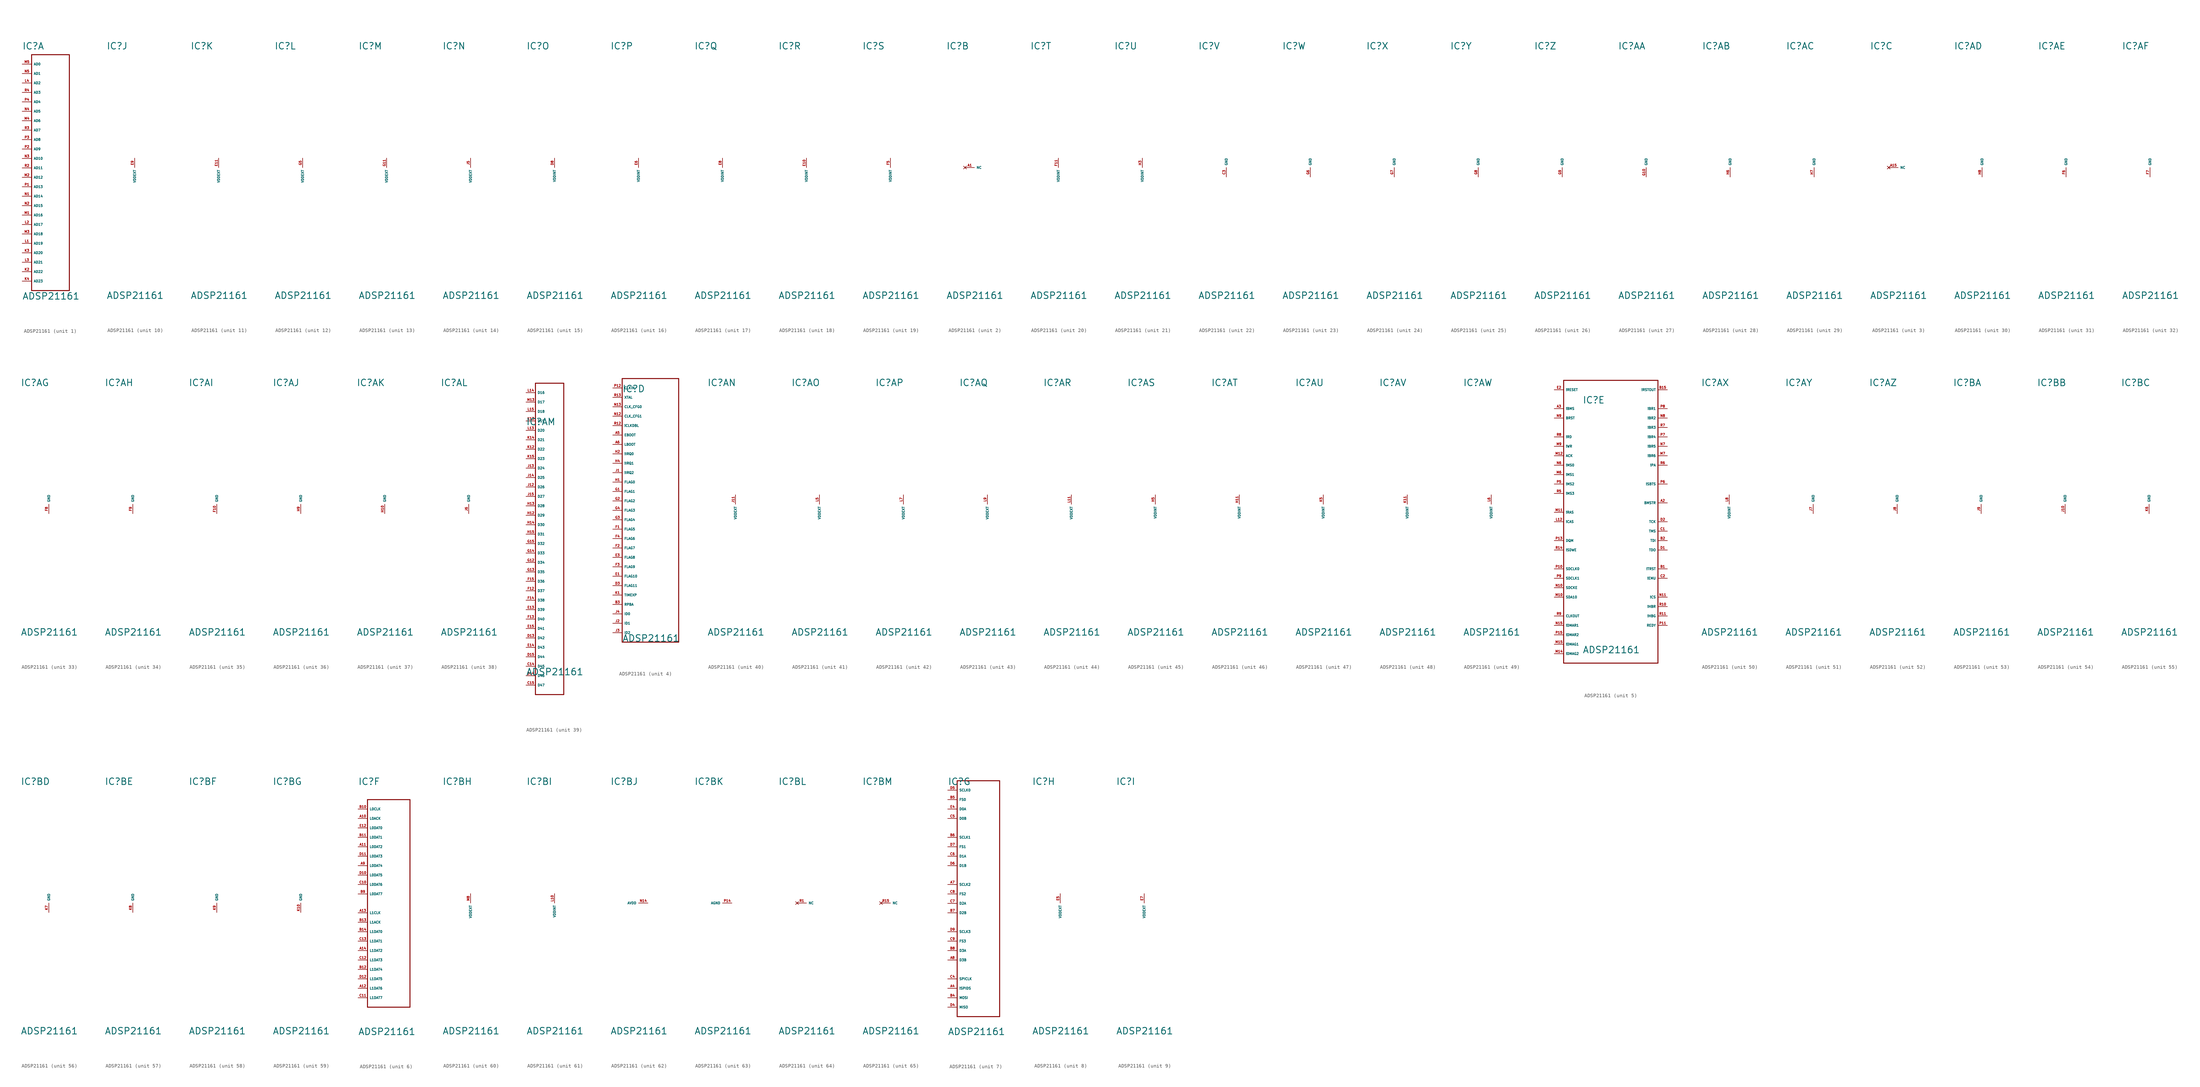
<source format=kicad_sym>
(kicad_symbol_lib
  (version 20220914)
  (generator Eagle2Kicad)
  (symbol "ADSP21161"
    (property "Reference" "IC"
      (at -7.62 31.75 0)
      (effects (font (size 1.778 1.778) (thickness 0.22)) (justify left bottom)))
    (property "Value" "ADSP21161"
      (at -7.62 -35.56 0)
      (effects (font (size 1.778 1.778) (thickness 0.22)) (justify left bottom)))
    (symbol "ADSP21161_1_0"
      (polyline (pts (xy -5.08 30.48) (xy -5.08 -33.02)) (stroke (width 0.254) (type default)) (fill (type none)))
      (polyline (pts (xy -5.08 -33.02) (xy 5.08 -33.02)) (stroke (width 0.254) (type default)) (fill (type none)))
      (polyline (pts (xy 5.08 -33.02) (xy 5.08 30.48)) (stroke (width 0.254) (type default)) (fill (type none)))
      (polyline (pts (xy 5.08 30.48) (xy -5.08 30.48)) (stroke (width 0.254) (type default)) (fill (type none)))
      (pin tri_state line (at -7.62 27.94 0) (length 2.54) (name "AD0" (effects (font (size 0.635 0.635) (thickness 0.08)) (justify left bottom))) (number "M5" (effects (font (size 0.635 0.635) (thickness 0.08)) (justify left bottom))))
      (pin tri_state line (at -7.62 25.4 0) (length 2.54) (name "AD1" (effects (font (size 0.635 0.635) (thickness 0.08)) (justify left bottom))) (number "N5" (effects (font (size 0.635 0.635) (thickness 0.08)) (justify left bottom))))
      (pin tri_state line (at -7.62 22.86 0) (length 2.54) (name "AD2" (effects (font (size 0.635 0.635) (thickness 0.08)) (justify left bottom))) (number "L4" (effects (font (size 0.635 0.635) (thickness 0.08)) (justify left bottom))))
      (pin tri_state line (at -7.62 20.32 0) (length 2.54) (name "AD3" (effects (font (size 0.635 0.635) (thickness 0.08)) (justify left bottom))) (number "R4" (effects (font (size 0.635 0.635) (thickness 0.08)) (justify left bottom))))
      (pin tri_state line (at -7.62 17.78 0) (length 2.54) (name "AD4" (effects (font (size 0.635 0.635) (thickness 0.08)) (justify left bottom))) (number "P4" (effects (font (size 0.635 0.635) (thickness 0.08)) (justify left bottom))))
      (pin tri_state line (at -7.62 15.24 0) (length 2.54) (name "AD5" (effects (font (size 0.635 0.635) (thickness 0.08)) (justify left bottom))) (number "N4" (effects (font (size 0.635 0.635) (thickness 0.08)) (justify left bottom))))
      (pin tri_state line (at -7.62 12.7 0) (length 2.54) (name "AD6" (effects (font (size 0.635 0.635) (thickness 0.08)) (justify left bottom))) (number "M4" (effects (font (size 0.635 0.635) (thickness 0.08)) (justify left bottom))))
      (pin tri_state line (at -7.62 10.16 0) (length 2.54) (name "AD7" (effects (font (size 0.635 0.635) (thickness 0.08)) (justify left bottom))) (number "R3" (effects (font (size 0.635 0.635) (thickness 0.08)) (justify left bottom))))
      (pin tri_state line (at -7.62 7.62 0) (length 2.54) (name "AD8" (effects (font (size 0.635 0.635) (thickness 0.08)) (justify left bottom))) (number "P3" (effects (font (size 0.635 0.635) (thickness 0.08)) (justify left bottom))))
      (pin tri_state line (at -7.62 5.08 0) (length 2.54) (name "AD9" (effects (font (size 0.635 0.635) (thickness 0.08)) (justify left bottom))) (number "P2" (effects (font (size 0.635 0.635) (thickness 0.08)) (justify left bottom))))
      (pin tri_state line (at -7.62 2.54 0) (length 2.54) (name "AD10" (effects (font (size 0.635 0.635) (thickness 0.08)) (justify left bottom))) (number "N3" (effects (font (size 0.635 0.635) (thickness 0.08)) (justify left bottom))))
      (pin tri_state line (at -7.62 0 0) (length 2.54) (name "AD11" (effects (font (size 0.635 0.635) (thickness 0.08)) (justify left bottom))) (number "R2" (effects (font (size 0.635 0.635) (thickness 0.08)) (justify left bottom))))
      (pin tri_state line (at -7.62 -2.54 0) (length 2.54) (name "AD12" (effects (font (size 0.635 0.635) (thickness 0.08)) (justify left bottom))) (number "M2" (effects (font (size 0.635 0.635) (thickness 0.08)) (justify left bottom))))
      (pin tri_state line (at -7.62 -5.08 0) (length 2.54) (name "AD13" (effects (font (size 0.635 0.635) (thickness 0.08)) (justify left bottom))) (number "P1" (effects (font (size 0.635 0.635) (thickness 0.08)) (justify left bottom))))
      (pin tri_state line (at -7.62 -7.62 0) (length 2.54) (name "AD14" (effects (font (size 0.635 0.635) (thickness 0.08)) (justify left bottom))) (number "N1" (effects (font (size 0.635 0.635) (thickness 0.08)) (justify left bottom))))
      (pin tri_state line (at -7.62 -10.16 0) (length 2.54) (name "AD15" (effects (font (size 0.635 0.635) (thickness 0.08)) (justify left bottom))) (number "N2" (effects (font (size 0.635 0.635) (thickness 0.08)) (justify left bottom))))
      (pin tri_state line (at -7.62 -12.7 0) (length 2.54) (name "AD16" (effects (font (size 0.635 0.635) (thickness 0.08)) (justify left bottom))) (number "M1" (effects (font (size 0.635 0.635) (thickness 0.08)) (justify left bottom))))
      (pin tri_state line (at -7.62 -15.24 0) (length 2.54) (name "AD17" (effects (font (size 0.635 0.635) (thickness 0.08)) (justify left bottom))) (number "L2" (effects (font (size 0.635 0.635) (thickness 0.08)) (justify left bottom))))
      (pin tri_state line (at -7.62 -17.78 0) (length 2.54) (name "AD18" (effects (font (size 0.635 0.635) (thickness 0.08)) (justify left bottom))) (number "M3" (effects (font (size 0.635 0.635) (thickness 0.08)) (justify left bottom))))
      (pin tri_state line (at -7.62 -20.32 0) (length 2.54) (name "AD19" (effects (font (size 0.635 0.635) (thickness 0.08)) (justify left bottom))) (number "L1" (effects (font (size 0.635 0.635) (thickness 0.08)) (justify left bottom))))
      (pin tri_state line (at -7.62 -22.86 0) (length 2.54) (name "AD20" (effects (font (size 0.635 0.635) (thickness 0.08)) (justify left bottom))) (number "K3" (effects (font (size 0.635 0.635) (thickness 0.08)) (justify left bottom))))
      (pin tri_state line (at -7.62 -25.4 0) (length 2.54) (name "AD21" (effects (font (size 0.635 0.635) (thickness 0.08)) (justify left bottom))) (number "L3" (effects (font (size 0.635 0.635) (thickness 0.08)) (justify left bottom))))
      (pin tri_state line (at -7.62 -27.94 0) (length 2.54) (name "AD22" (effects (font (size 0.635 0.635) (thickness 0.08)) (justify left bottom))) (number "K2" (effects (font (size 0.635 0.635) (thickness 0.08)) (justify left bottom))))
      (pin tri_state line (at -7.62 -30.48 0) (length 2.54) (name "AD23" (effects (font (size 0.635 0.635) (thickness 0.08)) (justify left bottom))) (number "K4" (effects (font (size 0.635 0.635) (thickness 0.08)) (justify left bottom)))))
    (symbol "ADSP21161_2_0"
      (pin no_connect line (at -2.54 0 0) (length 2.54) (name "NC" (effects (font (size 0.635 0.635) (thickness 0.08)) (justify left bottom) hide)) (number "A1" (effects (font (size 0.635 0.635) (thickness 0.08)) (justify left bottom) hide))))
    (symbol "ADSP21161_3_0"
      (pin no_connect line (at -2.54 0 0) (length 2.54) (name "NC" (effects (font (size 0.635 0.635) (thickness 0.08)) (justify left bottom) hide)) (number "A15" (effects (font (size 0.635 0.635) (thickness 0.08)) (justify left bottom) hide))))
    (symbol "ADSP21161_4_0"
      (polyline (pts (xy -7.62 35.56) (xy -7.62 -35.56)) (stroke (width 0.254) (type default)) (fill (type none)))
      (polyline (pts (xy -7.62 -35.56) (xy 7.62 -35.56)) (stroke (width 0.254) (type default)) (fill (type none)))
      (polyline (pts (xy 7.62 -35.56) (xy 7.62 35.56)) (stroke (width 0.254) (type default)) (fill (type none)))
      (polyline (pts (xy 7.62 35.56) (xy -7.62 35.56)) (stroke (width 0.254) (type default)) (fill (type none)))
      (pin input line (at -10.16 15.24 0) (length 2.54) (name "!IRQ0" (effects (font (size 0.635 0.635) (thickness 0.08)) (justify left bottom))) (number "H2" (effects (font (size 0.635 0.635) (thickness 0.08)) (justify left bottom))))
      (pin input line (at -10.16 12.7 0) (length 2.54) (name "!IRQ1" (effects (font (size 0.635 0.635) (thickness 0.08)) (justify left bottom))) (number "H4" (effects (font (size 0.635 0.635) (thickness 0.08)) (justify left bottom))))
      (pin input line (at -10.16 10.16 0) (length 2.54) (name "!IRQ2" (effects (font (size 0.635 0.635) (thickness 0.08)) (justify left bottom))) (number "J1" (effects (font (size 0.635 0.635) (thickness 0.08)) (justify left bottom))))
      (pin bidirectional line (at -10.16 7.62 0) (length 2.54) (name "FLAG0" (effects (font (size 0.635 0.635) (thickness 0.08)) (justify left bottom))) (number "H1" (effects (font (size 0.635 0.635) (thickness 0.08)) (justify left bottom))))
      (pin bidirectional line (at -10.16 5.08 0) (length 2.54) (name "FLAG1" (effects (font (size 0.635 0.635) (thickness 0.08)) (justify left bottom))) (number "G1" (effects (font (size 0.635 0.635) (thickness 0.08)) (justify left bottom))))
      (pin bidirectional line (at -10.16 2.54 0) (length 2.54) (name "FLAG2" (effects (font (size 0.635 0.635) (thickness 0.08)) (justify left bottom))) (number "G2" (effects (font (size 0.635 0.635) (thickness 0.08)) (justify left bottom))))
      (pin bidirectional line (at -10.16 0 0) (length 2.54) (name "FLAG3" (effects (font (size 0.635 0.635) (thickness 0.08)) (justify left bottom))) (number "G4" (effects (font (size 0.635 0.635) (thickness 0.08)) (justify left bottom))))
      (pin bidirectional line (at -10.16 -2.54 0) (length 2.54) (name "FLAG4" (effects (font (size 0.635 0.635) (thickness 0.08)) (justify left bottom))) (number "G3" (effects (font (size 0.635 0.635) (thickness 0.08)) (justify left bottom))))
      (pin bidirectional line (at -10.16 -5.08 0) (length 2.54) (name "FLAG5" (effects (font (size 0.635 0.635) (thickness 0.08)) (justify left bottom))) (number "F1" (effects (font (size 0.635 0.635) (thickness 0.08)) (justify left bottom))))
      (pin bidirectional line (at -10.16 -7.62 0) (length 2.54) (name "FLAG6" (effects (font (size 0.635 0.635) (thickness 0.08)) (justify left bottom))) (number "F4" (effects (font (size 0.635 0.635) (thickness 0.08)) (justify left bottom))))
      (pin bidirectional line (at -10.16 -10.16 0) (length 2.54) (name "FLAG7" (effects (font (size 0.635 0.635) (thickness 0.08)) (justify left bottom))) (number "F2" (effects (font (size 0.635 0.635) (thickness 0.08)) (justify left bottom))))
      (pin bidirectional line (at -10.16 -12.7 0) (length 2.54) (name "FLAG8" (effects (font (size 0.635 0.635) (thickness 0.08)) (justify left bottom))) (number "E3" (effects (font (size 0.635 0.635) (thickness 0.08)) (justify left bottom))))
      (pin bidirectional line (at -10.16 -15.24 0) (length 2.54) (name "FLAG9" (effects (font (size 0.635 0.635) (thickness 0.08)) (justify left bottom))) (number "F3" (effects (font (size 0.635 0.635) (thickness 0.08)) (justify left bottom))))
      (pin bidirectional line (at -10.16 -17.78 0) (length 2.54) (name "FLAG10" (effects (font (size 0.635 0.635) (thickness 0.08)) (justify left bottom))) (number "E1" (effects (font (size 0.635 0.635) (thickness 0.08)) (justify left bottom))))
      (pin bidirectional line (at -10.16 -20.32 0) (length 2.54) (name "FLAG11" (effects (font (size 0.635 0.635) (thickness 0.08)) (justify left bottom))) (number "D3" (effects (font (size 0.635 0.635) (thickness 0.08)) (justify left bottom))))
      (pin output line (at -10.16 -22.86 0) (length 2.54) (name "TIMEXP" (effects (font (size 0.635 0.635) (thickness 0.08)) (justify left bottom))) (number "K1" (effects (font (size 0.635 0.635) (thickness 0.08)) (justify left bottom))))
      (pin input line (at -10.16 -27.94 0) (length 2.54) (name "ID0" (effects (font (size 0.635 0.635) (thickness 0.08)) (justify left bottom))) (number "J4" (effects (font (size 0.635 0.635) (thickness 0.08)) (justify left bottom))))
      (pin input line (at -10.16 -30.48 0) (length 2.54) (name "ID1" (effects (font (size 0.635 0.635) (thickness 0.08)) (justify left bottom))) (number "J2" (effects (font (size 0.635 0.635) (thickness 0.08)) (justify left bottom))))
      (pin input line (at -10.16 -33.02 0) (length 2.54) (name "ID2" (effects (font (size 0.635 0.635) (thickness 0.08)) (justify left bottom))) (number "J3" (effects (font (size 0.635 0.635) (thickness 0.08)) (justify left bottom))))
      (pin input line (at -10.16 -25.4 0) (length 2.54) (name "RPBA" (effects (font (size 0.635 0.635) (thickness 0.08)) (justify left bottom))) (number "B3" (effects (font (size 0.635 0.635) (thickness 0.08)) (justify left bottom))))
      (pin input line (at -10.16 20.32 0) (length 2.54) (name "EBOOT" (effects (font (size 0.635 0.635) (thickness 0.08)) (justify left bottom))) (number "A5" (effects (font (size 0.635 0.635) (thickness 0.08)) (justify left bottom))))
      (pin input line (at -10.16 17.78 0) (length 2.54) (name "LBOOT" (effects (font (size 0.635 0.635) (thickness 0.08)) (justify left bottom))) (number "A6" (effects (font (size 0.635 0.635) (thickness 0.08)) (justify left bottom))))
      (pin input line (at -10.16 33.02 0) (length 2.54) (name "CLKIN" (effects (font (size 0.635 0.635) (thickness 0.08)) (justify left bottom))) (number "P12" (effects (font (size 0.635 0.635) (thickness 0.08)) (justify left bottom))))
      (pin output line (at -10.16 30.48 0) (length 2.54) (name "XTAL" (effects (font (size 0.635 0.635) (thickness 0.08)) (justify left bottom))) (number "R13" (effects (font (size 0.635 0.635) (thickness 0.08)) (justify left bottom))))
      (pin input line (at -10.16 27.94 0) (length 2.54) (name "CLK_CFG0" (effects (font (size 0.635 0.635) (thickness 0.08)) (justify left bottom))) (number "N13" (effects (font (size 0.635 0.635) (thickness 0.08)) (justify left bottom))))
      (pin input line (at -10.16 25.4 0) (length 2.54) (name "CLK_CFG1" (effects (font (size 0.635 0.635) (thickness 0.08)) (justify left bottom))) (number "N12" (effects (font (size 0.635 0.635) (thickness 0.08)) (justify left bottom))))
      (pin input line (at -10.16 22.86 0) (length 2.54) (name "!CLKDBL" (effects (font (size 0.635 0.635) (thickness 0.08)) (justify left bottom))) (number "R12" (effects (font (size 0.635 0.635) (thickness 0.08)) (justify left bottom)))))
    (symbol "ADSP21161_5_0"
      (polyline (pts (xy -12.7 38.1) (xy -12.7 -38.1)) (stroke (width 0.254) (type default)) (fill (type none)))
      (polyline (pts (xy -12.7 -38.1) (xy 12.7 -38.1)) (stroke (width 0.254) (type default)) (fill (type none)))
      (polyline (pts (xy 12.7 -38.1) (xy 12.7 38.1)) (stroke (width 0.254) (type default)) (fill (type none)))
      (polyline (pts (xy 12.7 38.1) (xy -12.7 38.1)) (stroke (width 0.254) (type default)) (fill (type none)))
      (pin tri_state line (at -15.24 15.24 0) (length 2.54) (name "!MS0" (effects (font (size 0.635 0.635) (thickness 0.08)) (justify left bottom))) (number "N6" (effects (font (size 0.635 0.635) (thickness 0.08)) (justify left bottom))))
      (pin tri_state line (at -15.24 12.7 0) (length 2.54) (name "!MS1" (effects (font (size 0.635 0.635) (thickness 0.08)) (justify left bottom))) (number "M6" (effects (font (size 0.635 0.635) (thickness 0.08)) (justify left bottom))))
      (pin tri_state line (at -15.24 10.16 0) (length 2.54) (name "!MS2" (effects (font (size 0.635 0.635) (thickness 0.08)) (justify left bottom))) (number "P5" (effects (font (size 0.635 0.635) (thickness 0.08)) (justify left bottom))))
      (pin tri_state line (at -15.24 22.86 0) (length 2.54) (name "!RD" (effects (font (size 0.635 0.635) (thickness 0.08)) (justify left bottom))) (number "R8" (effects (font (size 0.635 0.635) (thickness 0.08)) (justify left bottom))))
      (pin tri_state line (at -15.24 20.32 0) (length 2.54) (name "!WR" (effects (font (size 0.635 0.635) (thickness 0.08)) (justify left bottom))) (number "M9" (effects (font (size 0.635 0.635) (thickness 0.08)) (justify left bottom))))
      (pin tri_state line (at -15.24 27.94 0) (length 2.54) (name "BRST" (effects (font (size 0.635 0.635) (thickness 0.08)) (justify left bottom))) (number "N9" (effects (font (size 0.635 0.635) (thickness 0.08)) (justify left bottom))))
      (pin bidirectional line (at -15.24 17.78 0) (length 2.54) (name "ACK" (effects (font (size 0.635 0.635) (thickness 0.08)) (justify left bottom))) (number "M12" (effects (font (size 0.635 0.635) (thickness 0.08)) (justify left bottom))))
      (pin input line (at 15.24 10.16 180) (length 2.54) (name "!SBTS" (effects (font (size 0.635 0.635) (thickness 0.08)) (justify left bottom))) (number "P6" (effects (font (size 0.635 0.635) (thickness 0.08)) (justify left bottom))))
      (pin bidirectional line (at -15.24 0 0) (length 2.54) (name "!CAS" (effects (font (size 0.635 0.635) (thickness 0.08)) (justify left bottom))) (number "L12" (effects (font (size 0.635 0.635) (thickness 0.08)) (justify left bottom))))
      (pin bidirectional line (at -15.24 2.54 0) (length 2.54) (name "!RAS" (effects (font (size 0.635 0.635) (thickness 0.08)) (justify left bottom))) (number "M11" (effects (font (size 0.635 0.635) (thickness 0.08)) (justify left bottom))))
      (pin bidirectional line (at -15.24 -7.62 0) (length 2.54) (name "!SDWE" (effects (font (size 0.635 0.635) (thickness 0.08)) (justify left bottom))) (number "R14" (effects (font (size 0.635 0.635) (thickness 0.08)) (justify left bottom))))
      (pin output line (at -15.24 -5.08 0) (length 2.54) (name "DQM" (effects (font (size 0.635 0.635) (thickness 0.08)) (justify left bottom))) (number "P13" (effects (font (size 0.635 0.635) (thickness 0.08)) (justify left bottom))))
      (pin bidirectional line (at -15.24 -12.7 0) (length 2.54) (name "SDCLK0" (effects (font (size 0.635 0.635) (thickness 0.08)) (justify left bottom))) (number "P10" (effects (font (size 0.635 0.635) (thickness 0.08)) (justify left bottom))))
      (pin output line (at -15.24 -15.24 0) (length 2.54) (name "SDCLK1" (effects (font (size 0.635 0.635) (thickness 0.08)) (justify left bottom))) (number "P9" (effects (font (size 0.635 0.635) (thickness 0.08)) (justify left bottom))))
      (pin bidirectional line (at -15.24 -17.78 0) (length 2.54) (name "SDCKE" (effects (font (size 0.635 0.635) (thickness 0.08)) (justify left bottom))) (number "N10" (effects (font (size 0.635 0.635) (thickness 0.08)) (justify left bottom))))
      (pin output line (at -15.24 -20.32 0) (length 2.54) (name "SDA10" (effects (font (size 0.635 0.635) (thickness 0.08)) (justify left bottom))) (number "M10" (effects (font (size 0.635 0.635) (thickness 0.08)) (justify left bottom))))
      (pin input line (at 15.24 -22.86 180) (length 2.54) (name "!HBR" (effects (font (size 0.635 0.635) (thickness 0.08)) (justify left bottom))) (number "R10" (effects (font (size 0.635 0.635) (thickness 0.08)) (justify left bottom))))
      (pin bidirectional line (at 15.24 -25.4 180) (length 2.54) (name "!HBG" (effects (font (size 0.635 0.635) (thickness 0.08)) (justify left bottom))) (number "R11" (effects (font (size 0.635 0.635) (thickness 0.08)) (justify left bottom))))
      (pin input line (at 15.24 -20.32 180) (length 2.54) (name "!CS" (effects (font (size 0.635 0.635) (thickness 0.08)) (justify left bottom))) (number "N11" (effects (font (size 0.635 0.635) (thickness 0.08)) (justify left bottom))))
      (pin output line (at 15.24 -27.94 180) (length 2.54) (name "REDY" (effects (font (size 0.635 0.635) (thickness 0.08)) (justify left bottom))) (number "P11" (effects (font (size 0.635 0.635) (thickness 0.08)) (justify left bottom))))
      (pin input line (at -15.24 -27.94 0) (length 2.54) (name "!DMAR1" (effects (font (size 0.635 0.635) (thickness 0.08)) (justify left bottom))) (number "N15" (effects (font (size 0.635 0.635) (thickness 0.08)) (justify left bottom))))
      (pin input line (at -15.24 -30.48 0) (length 2.54) (name "!DMAR2" (effects (font (size 0.635 0.635) (thickness 0.08)) (justify left bottom))) (number "P15" (effects (font (size 0.635 0.635) (thickness 0.08)) (justify left bottom))))
      (pin output line (at -15.24 -33.02 0) (length 2.54) (name "!DMAG1" (effects (font (size 0.635 0.635) (thickness 0.08)) (justify left bottom))) (number "M15" (effects (font (size 0.635 0.635) (thickness 0.08)) (justify left bottom))))
      (pin output line (at -15.24 -35.56 0) (length 2.54) (name "!DMAG2" (effects (font (size 0.635 0.635) (thickness 0.08)) (justify left bottom))) (number "M14" (effects (font (size 0.635 0.635) (thickness 0.08)) (justify left bottom))))
      (pin bidirectional line (at 15.24 30.48 180) (length 2.54) (name "!BR1" (effects (font (size 0.635 0.635) (thickness 0.08)) (justify left bottom))) (number "P8" (effects (font (size 0.635 0.635) (thickness 0.08)) (justify left bottom))))
      (pin bidirectional line (at 15.24 27.94 180) (length 2.54) (name "!BR2" (effects (font (size 0.635 0.635) (thickness 0.08)) (justify left bottom))) (number "N8" (effects (font (size 0.635 0.635) (thickness 0.08)) (justify left bottom))))
      (pin bidirectional line (at 15.24 25.4 180) (length 2.54) (name "!BR3" (effects (font (size 0.635 0.635) (thickness 0.08)) (justify left bottom))) (number "R7" (effects (font (size 0.635 0.635) (thickness 0.08)) (justify left bottom))))
      (pin bidirectional line (at 15.24 22.86 180) (length 2.54) (name "!BR4" (effects (font (size 0.635 0.635) (thickness 0.08)) (justify left bottom))) (number "P7" (effects (font (size 0.635 0.635) (thickness 0.08)) (justify left bottom))))
      (pin bidirectional line (at 15.24 20.32 180) (length 2.54) (name "!BR5" (effects (font (size 0.635 0.635) (thickness 0.08)) (justify left bottom))) (number "N7" (effects (font (size 0.635 0.635) (thickness 0.08)) (justify left bottom))))
      (pin bidirectional line (at 15.24 17.78 180) (length 2.54) (name "!BR6" (effects (font (size 0.635 0.635) (thickness 0.08)) (justify left bottom))) (number "M7" (effects (font (size 0.635 0.635) (thickness 0.08)) (justify left bottom))))
      (pin output line (at 15.24 5.08 180) (length 2.54) (name "BMSTR" (effects (font (size 0.635 0.635) (thickness 0.08)) (justify left bottom))) (number "A2" (effects (font (size 0.635 0.635) (thickness 0.08)) (justify left bottom))))
      (pin bidirectional line (at 15.24 15.24 180) (length 2.54) (name "!PA" (effects (font (size 0.635 0.635) (thickness 0.08)) (justify left bottom))) (number "R6" (effects (font (size 0.635 0.635) (thickness 0.08)) (justify left bottom))))
      (pin bidirectional line (at -15.24 30.48 0) (length 2.54) (name "!BMS" (effects (font (size 0.635 0.635) (thickness 0.08)) (justify left bottom))) (number "A3" (effects (font (size 0.635 0.635) (thickness 0.08)) (justify left bottom))))
      (pin output line (at -15.24 -25.4 0) (length 2.54) (name "CLKOUT" (effects (font (size 0.635 0.635) (thickness 0.08)) (justify left bottom))) (number "R9" (effects (font (size 0.635 0.635) (thickness 0.08)) (justify left bottom))))
      (pin input line (at -15.24 35.56 0) (length 2.54) (name "!RESET" (effects (font (size 0.635 0.635) (thickness 0.08)) (justify left bottom))) (number "E2" (effects (font (size 0.635 0.635) (thickness 0.08)) (justify left bottom))))
      (pin output line (at 15.24 35.56 180) (length 2.54) (name "!RSTOUT" (effects (font (size 0.635 0.635) (thickness 0.08)) (justify left bottom))) (number "B15" (effects (font (size 0.635 0.635) (thickness 0.08)) (justify left bottom))))
      (pin input line (at 15.24 0 180) (length 2.54) (name "TCK" (effects (font (size 0.635 0.635) (thickness 0.08)) (justify left bottom))) (number "D2" (effects (font (size 0.635 0.635) (thickness 0.08)) (justify left bottom))))
      (pin input line (at 15.24 -2.54 180) (length 2.54) (name "TMS" (effects (font (size 0.635 0.635) (thickness 0.08)) (justify left bottom))) (number "C1" (effects (font (size 0.635 0.635) (thickness 0.08)) (justify left bottom))))
      (pin input line (at 15.24 -5.08 180) (length 2.54) (name "TDI" (effects (font (size 0.635 0.635) (thickness 0.08)) (justify left bottom))) (number "B2" (effects (font (size 0.635 0.635) (thickness 0.08)) (justify left bottom))))
      (pin output line (at 15.24 -7.62 180) (length 2.54) (name "TDO" (effects (font (size 0.635 0.635) (thickness 0.08)) (justify left bottom))) (number "D1" (effects (font (size 0.635 0.635) (thickness 0.08)) (justify left bottom))))
      (pin tri_state line (at -15.24 7.62 0) (length 2.54) (name "!MS3" (effects (font (size 0.635 0.635) (thickness 0.08)) (justify left bottom))) (number "R5" (effects (font (size 0.635 0.635) (thickness 0.08)) (justify left bottom))))
      (pin input line (at 15.24 -12.7 180) (length 2.54) (name "!TRST" (effects (font (size 0.635 0.635) (thickness 0.08)) (justify left bottom))) (number "B1" (effects (font (size 0.635 0.635) (thickness 0.08)) (justify left bottom))))
      (pin output line (at 15.24 -15.24 180) (length 2.54) (name "!EMU" (effects (font (size 0.635 0.635) (thickness 0.08)) (justify left bottom))) (number "C2" (effects (font (size 0.635 0.635) (thickness 0.08)) (justify left bottom)))))
    (symbol "ADSP21161_6_0"
      (polyline (pts (xy -5.08 27.94) (xy -5.08 -27.94)) (stroke (width 0.254) (type default)) (fill (type none)))
      (polyline (pts (xy -5.08 -27.94) (xy 6.35 -27.94)) (stroke (width 0.254) (type default)) (fill (type none)))
      (polyline (pts (xy 6.35 -27.94) (xy 6.35 27.94)) (stroke (width 0.254) (type default)) (fill (type none)))
      (polyline (pts (xy 6.35 27.94) (xy -5.08 27.94)) (stroke (width 0.254) (type default)) (fill (type none)))
      (pin bidirectional line (at -7.62 25.4 0) (length 2.54) (name "L0CLK" (effects (font (size 0.635 0.635) (thickness 0.08)) (justify left bottom))) (number "B10" (effects (font (size 0.635 0.635) (thickness 0.08)) (justify left bottom))))
      (pin bidirectional line (at -7.62 22.86 0) (length 2.54) (name "L0ACK" (effects (font (size 0.635 0.635) (thickness 0.08)) (justify left bottom))) (number "A10" (effects (font (size 0.635 0.635) (thickness 0.08)) (justify left bottom))))
      (pin bidirectional line (at -7.62 20.32 0) (length 2.54) (name "L0DAT0" (effects (font (size 0.635 0.635) (thickness 0.08)) (justify left bottom))) (number "E12" (effects (font (size 0.635 0.635) (thickness 0.08)) (justify left bottom))))
      (pin bidirectional line (at -7.62 17.78 0) (length 2.54) (name "L0DAT1" (effects (font (size 0.635 0.635) (thickness 0.08)) (justify left bottom))) (number "B11" (effects (font (size 0.635 0.635) (thickness 0.08)) (justify left bottom))))
      (pin bidirectional line (at -7.62 15.24 0) (length 2.54) (name "L0DAT2" (effects (font (size 0.635 0.635) (thickness 0.08)) (justify left bottom))) (number "A11" (effects (font (size 0.635 0.635) (thickness 0.08)) (justify left bottom))))
      (pin bidirectional line (at -7.62 12.7 0) (length 2.54) (name "L0DAT3" (effects (font (size 0.635 0.635) (thickness 0.08)) (justify left bottom))) (number "D11" (effects (font (size 0.635 0.635) (thickness 0.08)) (justify left bottom))))
      (pin bidirectional line (at -7.62 10.16 0) (length 2.54) (name "L0DAT4" (effects (font (size 0.635 0.635) (thickness 0.08)) (justify left bottom))) (number "A9" (effects (font (size 0.635 0.635) (thickness 0.08)) (justify left bottom))))
      (pin bidirectional line (at -7.62 7.62 0) (length 2.54) (name "L0DAT5" (effects (font (size 0.635 0.635) (thickness 0.08)) (justify left bottom))) (number "D10" (effects (font (size 0.635 0.635) (thickness 0.08)) (justify left bottom))))
      (pin bidirectional line (at -7.62 5.08 0) (length 2.54) (name "L0DAT6" (effects (font (size 0.635 0.635) (thickness 0.08)) (justify left bottom))) (number "C10" (effects (font (size 0.635 0.635) (thickness 0.08)) (justify left bottom))))
      (pin bidirectional line (at -7.62 2.54 0) (length 2.54) (name "L0DAT7" (effects (font (size 0.635 0.635) (thickness 0.08)) (justify left bottom))) (number "B9" (effects (font (size 0.635 0.635) (thickness 0.08)) (justify left bottom))))
      (pin bidirectional line (at -7.62 -2.54 0) (length 2.54) (name "L1CLK" (effects (font (size 0.635 0.635) (thickness 0.08)) (justify left bottom))) (number "A13" (effects (font (size 0.635 0.635) (thickness 0.08)) (justify left bottom))))
      (pin bidirectional line (at -7.62 -5.08 0) (length 2.54) (name "L1ACK" (effects (font (size 0.635 0.635) (thickness 0.08)) (justify left bottom))) (number "B13" (effects (font (size 0.635 0.635) (thickness 0.08)) (justify left bottom))))
      (pin bidirectional line (at -7.62 -7.62 0) (length 2.54) (name "L1DAT0" (effects (font (size 0.635 0.635) (thickness 0.08)) (justify left bottom))) (number "B14" (effects (font (size 0.635 0.635) (thickness 0.08)) (justify left bottom))))
      (pin bidirectional line (at -7.62 -10.16 0) (length 2.54) (name "L1DAT1" (effects (font (size 0.635 0.635) (thickness 0.08)) (justify left bottom))) (number "C13" (effects (font (size 0.635 0.635) (thickness 0.08)) (justify left bottom))))
      (pin bidirectional line (at -7.62 -12.7 0) (length 2.54) (name "L1DAT2" (effects (font (size 0.635 0.635) (thickness 0.08)) (justify left bottom))) (number "A14" (effects (font (size 0.635 0.635) (thickness 0.08)) (justify left bottom))))
      (pin bidirectional line (at -7.62 -15.24 0) (length 2.54) (name "L1DAT3" (effects (font (size 0.635 0.635) (thickness 0.08)) (justify left bottom))) (number "C12" (effects (font (size 0.635 0.635) (thickness 0.08)) (justify left bottom))))
      (pin bidirectional line (at -7.62 -17.78 0) (length 2.54) (name "L1DAT4" (effects (font (size 0.635 0.635) (thickness 0.08)) (justify left bottom))) (number "B12" (effects (font (size 0.635 0.635) (thickness 0.08)) (justify left bottom))))
      (pin bidirectional line (at -7.62 -20.32 0) (length 2.54) (name "L1DAT5" (effects (font (size 0.635 0.635) (thickness 0.08)) (justify left bottom))) (number "D12" (effects (font (size 0.635 0.635) (thickness 0.08)) (justify left bottom))))
      (pin bidirectional line (at -7.62 -22.86 0) (length 2.54) (name "L1DAT6" (effects (font (size 0.635 0.635) (thickness 0.08)) (justify left bottom))) (number "A12" (effects (font (size 0.635 0.635) (thickness 0.08)) (justify left bottom))))
      (pin bidirectional line (at -7.62 -25.4 0) (length 2.54) (name "L1DAT7" (effects (font (size 0.635 0.635) (thickness 0.08)) (justify left bottom))) (number "C11" (effects (font (size 0.635 0.635) (thickness 0.08)) (justify left bottom)))))
    (symbol "ADSP21161_7_0"
      (polyline (pts (xy -5.08 33.02) (xy -5.08 -30.48)) (stroke (width 0.254) (type default)) (fill (type none)))
      (polyline (pts (xy -5.08 -30.48) (xy 6.35 -30.48)) (stroke (width 0.254) (type default)) (fill (type none)))
      (polyline (pts (xy 6.35 -30.48) (xy 6.35 33.02)) (stroke (width 0.254) (type default)) (fill (type none)))
      (polyline (pts (xy 6.35 33.02) (xy -5.08 33.02)) (stroke (width 0.254) (type default)) (fill (type none)))
      (pin bidirectional line (at -7.62 25.4 0) (length 2.54) (name "D0A" (effects (font (size 0.635 0.635) (thickness 0.08)) (justify left bottom))) (number "E4" (effects (font (size 0.635 0.635) (thickness 0.08)) (justify left bottom))))
      (pin bidirectional line (at -7.62 22.86 0) (length 2.54) (name "D0B" (effects (font (size 0.635 0.635) (thickness 0.08)) (justify left bottom))) (number "C5" (effects (font (size 0.635 0.635) (thickness 0.08)) (justify left bottom))))
      (pin bidirectional line (at -7.62 30.48 0) (length 2.54) (name "SCLK0" (effects (font (size 0.635 0.635) (thickness 0.08)) (justify left bottom))) (number "D5" (effects (font (size 0.635 0.635) (thickness 0.08)) (justify left bottom))))
      (pin bidirectional line (at -7.62 27.94 0) (length 2.54) (name "FS0" (effects (font (size 0.635 0.635) (thickness 0.08)) (justify left bottom))) (number "B5" (effects (font (size 0.635 0.635) (thickness 0.08)) (justify left bottom))))
      (pin bidirectional line (at -7.62 -20.32 0) (length 2.54) (name "SPICLK" (effects (font (size 0.635 0.635) (thickness 0.08)) (justify left bottom))) (number "C4" (effects (font (size 0.635 0.635) (thickness 0.08)) (justify left bottom))))
      (pin input line (at -7.62 -22.86 0) (length 2.54) (name "!SPIDS" (effects (font (size 0.635 0.635) (thickness 0.08)) (justify left bottom))) (number "A4" (effects (font (size 0.635 0.635) (thickness 0.08)) (justify left bottom))))
      (pin bidirectional line (at -7.62 -25.4 0) (length 2.54) (name "MOSI" (effects (font (size 0.635 0.635) (thickness 0.08)) (justify left bottom))) (number "B4" (effects (font (size 0.635 0.635) (thickness 0.08)) (justify left bottom))))
      (pin bidirectional line (at -7.62 -27.94 0) (length 2.54) (name "MISO" (effects (font (size 0.635 0.635) (thickness 0.08)) (justify left bottom))) (number "D4" (effects (font (size 0.635 0.635) (thickness 0.08)) (justify left bottom))))
      (pin bidirectional line (at -7.62 12.7 0) (length 2.54) (name "D1A" (effects (font (size 0.635 0.635) (thickness 0.08)) (justify left bottom))) (number "C6" (effects (font (size 0.635 0.635) (thickness 0.08)) (justify left bottom))))
      (pin bidirectional line (at -7.62 10.16 0) (length 2.54) (name "D1B" (effects (font (size 0.635 0.635) (thickness 0.08)) (justify left bottom))) (number "D6" (effects (font (size 0.635 0.635) (thickness 0.08)) (justify left bottom))))
      (pin bidirectional line (at -7.62 17.78 0) (length 2.54) (name "SCLK1" (effects (font (size 0.635 0.635) (thickness 0.08)) (justify left bottom))) (number "B6" (effects (font (size 0.635 0.635) (thickness 0.08)) (justify left bottom))))
      (pin bidirectional line (at -7.62 15.24 0) (length 2.54) (name "FS1" (effects (font (size 0.635 0.635) (thickness 0.08)) (justify left bottom))) (number "D7" (effects (font (size 0.635 0.635) (thickness 0.08)) (justify left bottom))))
      (pin bidirectional line (at -7.62 0 0) (length 2.54) (name "D2A" (effects (font (size 0.635 0.635) (thickness 0.08)) (justify left bottom))) (number "C7" (effects (font (size 0.635 0.635) (thickness 0.08)) (justify left bottom))))
      (pin bidirectional line (at -7.62 -2.54 0) (length 2.54) (name "D2B" (effects (font (size 0.635 0.635) (thickness 0.08)) (justify left bottom))) (number "B7" (effects (font (size 0.635 0.635) (thickness 0.08)) (justify left bottom))))
      (pin bidirectional line (at -7.62 5.08 0) (length 2.54) (name "SCLK2" (effects (font (size 0.635 0.635) (thickness 0.08)) (justify left bottom))) (number "A7" (effects (font (size 0.635 0.635) (thickness 0.08)) (justify left bottom))))
      (pin bidirectional line (at -7.62 2.54 0) (length 2.54) (name "FS2" (effects (font (size 0.635 0.635) (thickness 0.08)) (justify left bottom))) (number "C8" (effects (font (size 0.635 0.635) (thickness 0.08)) (justify left bottom))))
      (pin bidirectional line (at -7.62 -12.7 0) (length 2.54) (name "D3A" (effects (font (size 0.635 0.635) (thickness 0.08)) (justify left bottom))) (number "B8" (effects (font (size 0.635 0.635) (thickness 0.08)) (justify left bottom))))
      (pin bidirectional line (at -7.62 -15.24 0) (length 2.54) (name "D3B" (effects (font (size 0.635 0.635) (thickness 0.08)) (justify left bottom))) (number "A8" (effects (font (size 0.635 0.635) (thickness 0.08)) (justify left bottom))))
      (pin bidirectional line (at -7.62 -7.62 0) (length 2.54) (name "SCLK3" (effects (font (size 0.635 0.635) (thickness 0.08)) (justify left bottom))) (number "D9" (effects (font (size 0.635 0.635) (thickness 0.08)) (justify left bottom))))
      (pin bidirectional line (at -7.62 -10.16 0) (length 2.54) (name "FS3" (effects (font (size 0.635 0.635) (thickness 0.08)) (justify left bottom))) (number "C9" (effects (font (size 0.635 0.635) (thickness 0.08)) (justify left bottom)))))
    (symbol "ADSP21161_8_0"
      (pin unspecified line (at 0 2.54 270) (length 2.54) (name "VDDEXT" (effects (font (size 0.635 0.635) (thickness 0.08)) (justify left bottom))) (number "E5" (effects (font (size 0.635 0.635) (thickness 0.08)) (justify left bottom)))))
    (symbol "ADSP21161_9_0"
      (pin unspecified line (at 0 2.54 270) (length 2.54) (name "VDDEXT" (effects (font (size 0.635 0.635) (thickness 0.08)) (justify left bottom))) (number "E7" (effects (font (size 0.635 0.635) (thickness 0.08)) (justify left bottom)))))
    (symbol "ADSP21161_10_0"
      (pin unspecified line (at 0 2.54 270) (length 2.54) (name "VDDEXT" (effects (font (size 0.635 0.635) (thickness 0.08)) (justify left bottom))) (number "E9" (effects (font (size 0.635 0.635) (thickness 0.08)) (justify left bottom)))))
    (symbol "ADSP21161_11_0"
      (pin unspecified line (at 0 2.54 270) (length 2.54) (name "VDDEXT" (effects (font (size 0.635 0.635) (thickness 0.08)) (justify left bottom))) (number "E11" (effects (font (size 0.635 0.635) (thickness 0.08)) (justify left bottom)))))
    (symbol "ADSP21161_12_0"
      (pin unspecified line (at 0 2.54 270) (length 2.54) (name "VDDEXT" (effects (font (size 0.635 0.635) (thickness 0.08)) (justify left bottom))) (number "G5" (effects (font (size 0.635 0.635) (thickness 0.08)) (justify left bottom)))))
    (symbol "ADSP21161_13_0"
      (pin unspecified line (at 0 2.54 270) (length 2.54) (name "VDDEXT" (effects (font (size 0.635 0.635) (thickness 0.08)) (justify left bottom))) (number "G11" (effects (font (size 0.635 0.635) (thickness 0.08)) (justify left bottom)))))
    (symbol "ADSP21161_14_0"
      (pin unspecified line (at 0 2.54 270) (length 2.54) (name "VDDEXT" (effects (font (size 0.635 0.635) (thickness 0.08)) (justify left bottom))) (number "J5" (effects (font (size 0.635 0.635) (thickness 0.08)) (justify left bottom)))))
    (symbol "ADSP21161_15_0"
      (pin unspecified line (at 0 2.54 270) (length 2.54) (name "VDDINT" (effects (font (size 0.635 0.635) (thickness 0.08)) (justify left bottom))) (number "D8" (effects (font (size 0.635 0.635) (thickness 0.08)) (justify left bottom)))))
    (symbol "ADSP21161_16_0"
      (pin unspecified line (at 0 2.54 270) (length 2.54) (name "VDDINT" (effects (font (size 0.635 0.635) (thickness 0.08)) (justify left bottom))) (number "E6" (effects (font (size 0.635 0.635) (thickness 0.08)) (justify left bottom)))))
    (symbol "ADSP21161_17_0"
      (pin unspecified line (at 0 2.54 270) (length 2.54) (name "VDDINT" (effects (font (size 0.635 0.635) (thickness 0.08)) (justify left bottom))) (number "E8" (effects (font (size 0.635 0.635) (thickness 0.08)) (justify left bottom)))))
    (symbol "ADSP21161_18_0"
      (pin unspecified line (at 0 2.54 270) (length 2.54) (name "VDDINT" (effects (font (size 0.635 0.635) (thickness 0.08)) (justify left bottom))) (number "E10" (effects (font (size 0.635 0.635) (thickness 0.08)) (justify left bottom)))))
    (symbol "ADSP21161_19_0"
      (pin unspecified line (at 0 2.54 270) (length 2.54) (name "VDDINT" (effects (font (size 0.635 0.635) (thickness 0.08)) (justify left bottom))) (number "F5" (effects (font (size 0.635 0.635) (thickness 0.08)) (justify left bottom)))))
    (symbol "ADSP21161_20_0"
      (pin unspecified line (at 0 2.54 270) (length 2.54) (name "VDDINT" (effects (font (size 0.635 0.635) (thickness 0.08)) (justify left bottom))) (number "F11" (effects (font (size 0.635 0.635) (thickness 0.08)) (justify left bottom)))))
    (symbol "ADSP21161_21_0"
      (pin unspecified line (at 0 2.54 270) (length 2.54) (name "VDDINT" (effects (font (size 0.635 0.635) (thickness 0.08)) (justify left bottom))) (number "H3" (effects (font (size 0.635 0.635) (thickness 0.08)) (justify left bottom)))))
    (symbol "ADSP21161_22_0"
      (pin unspecified line (at 0 -2.54 90) (length 2.54) (name "GND" (effects (font (size 0.635 0.635) (thickness 0.08)) (justify left bottom))) (number "C3" (effects (font (size 0.635 0.635) (thickness 0.08)) (justify left bottom)))))
    (symbol "ADSP21161_23_0"
      (pin unspecified line (at 0 -2.54 90) (length 2.54) (name "GND" (effects (font (size 0.635 0.635) (thickness 0.08)) (justify left bottom))) (number "G6" (effects (font (size 0.635 0.635) (thickness 0.08)) (justify left bottom)))))
    (symbol "ADSP21161_24_0"
      (pin unspecified line (at 0 -2.54 90) (length 2.54) (name "GND" (effects (font (size 0.635 0.635) (thickness 0.08)) (justify left bottom))) (number "G7" (effects (font (size 0.635 0.635) (thickness 0.08)) (justify left bottom)))))
    (symbol "ADSP21161_25_0"
      (pin unspecified line (at 0 -2.54 90) (length 2.54) (name "GND" (effects (font (size 0.635 0.635) (thickness 0.08)) (justify left bottom))) (number "G8" (effects (font (size 0.635 0.635) (thickness 0.08)) (justify left bottom)))))
    (symbol "ADSP21161_26_0"
      (pin unspecified line (at 0 -2.54 90) (length 2.54) (name "GND" (effects (font (size 0.635 0.635) (thickness 0.08)) (justify left bottom))) (number "G9" (effects (font (size 0.635 0.635) (thickness 0.08)) (justify left bottom)))))
    (symbol "ADSP21161_27_0"
      (pin unspecified line (at 0 -2.54 90) (length 2.54) (name "GND" (effects (font (size 0.635 0.635) (thickness 0.08)) (justify left bottom))) (number "G10" (effects (font (size 0.635 0.635) (thickness 0.08)) (justify left bottom)))))
    (symbol "ADSP21161_28_0"
      (pin unspecified line (at 0 -2.54 90) (length 2.54) (name "GND" (effects (font (size 0.635 0.635) (thickness 0.08)) (justify left bottom))) (number "H6" (effects (font (size 0.635 0.635) (thickness 0.08)) (justify left bottom)))))
    (symbol "ADSP21161_29_0"
      (pin unspecified line (at 0 -2.54 90) (length 2.54) (name "GND" (effects (font (size 0.635 0.635) (thickness 0.08)) (justify left bottom))) (number "H7" (effects (font (size 0.635 0.635) (thickness 0.08)) (justify left bottom)))))
    (symbol "ADSP21161_30_0"
      (pin unspecified line (at 0 -2.54 90) (length 2.54) (name "GND" (effects (font (size 0.635 0.635) (thickness 0.08)) (justify left bottom))) (number "H8" (effects (font (size 0.635 0.635) (thickness 0.08)) (justify left bottom)))))
    (symbol "ADSP21161_31_0"
      (pin unspecified line (at 0 -2.54 90) (length 2.54) (name "GND" (effects (font (size 0.635 0.635) (thickness 0.08)) (justify left bottom))) (number "F6" (effects (font (size 0.635 0.635) (thickness 0.08)) (justify left bottom)))))
    (symbol "ADSP21161_32_0"
      (pin unspecified line (at 0 -2.54 90) (length 2.54) (name "GND" (effects (font (size 0.635 0.635) (thickness 0.08)) (justify left bottom))) (number "F7" (effects (font (size 0.635 0.635) (thickness 0.08)) (justify left bottom)))))
    (symbol "ADSP21161_33_0"
      (pin unspecified line (at 0 -2.54 90) (length 2.54) (name "GND" (effects (font (size 0.635 0.635) (thickness 0.08)) (justify left bottom))) (number "F8" (effects (font (size 0.635 0.635) (thickness 0.08)) (justify left bottom)))))
    (symbol "ADSP21161_34_0"
      (pin unspecified line (at 0 -2.54 90) (length 2.54) (name "GND" (effects (font (size 0.635 0.635) (thickness 0.08)) (justify left bottom))) (number "F9" (effects (font (size 0.635 0.635) (thickness 0.08)) (justify left bottom)))))
    (symbol "ADSP21161_35_0"
      (pin unspecified line (at 0 -2.54 90) (length 2.54) (name "GND" (effects (font (size 0.635 0.635) (thickness 0.08)) (justify left bottom))) (number "F10" (effects (font (size 0.635 0.635) (thickness 0.08)) (justify left bottom)))))
    (symbol "ADSP21161_36_0"
      (pin unspecified line (at 0 -2.54 90) (length 2.54) (name "GND" (effects (font (size 0.635 0.635) (thickness 0.08)) (justify left bottom))) (number "H9" (effects (font (size 0.635 0.635) (thickness 0.08)) (justify left bottom)))))
    (symbol "ADSP21161_37_0"
      (pin unspecified line (at 0 -2.54 90) (length 2.54) (name "GND" (effects (font (size 0.635 0.635) (thickness 0.08)) (justify left bottom))) (number "H10" (effects (font (size 0.635 0.635) (thickness 0.08)) (justify left bottom)))))
    (symbol "ADSP21161_38_0"
      (pin unspecified line (at 0 -2.54 90) (length 2.54) (name "GND" (effects (font (size 0.635 0.635) (thickness 0.08)) (justify left bottom))) (number "J6" (effects (font (size 0.635 0.635) (thickness 0.08)) (justify left bottom)))))
    (symbol "ADSP21161_39_0"
      (polyline (pts (xy -5.08 43.18) (xy -5.08 -40.64)) (stroke (width 0.254) (type default)) (fill (type none)))
      (polyline (pts (xy -5.08 -40.64) (xy 2.54 -40.64)) (stroke (width 0.254) (type default)) (fill (type none)))
      (polyline (pts (xy 2.54 -40.64) (xy 2.54 43.18)) (stroke (width 0.254) (type default)) (fill (type none)))
      (polyline (pts (xy 2.54 43.18) (xy -5.08 43.18)) (stroke (width 0.254) (type default)) (fill (type none)))
      (pin tri_state line (at -7.62 40.64 0) (length 2.54) (name "D16" (effects (font (size 0.635 0.635) (thickness 0.08)) (justify left bottom))) (number "L14" (effects (font (size 0.635 0.635) (thickness 0.08)) (justify left bottom))))
      (pin tri_state line (at -7.62 38.1 0) (length 2.54) (name "D17" (effects (font (size 0.635 0.635) (thickness 0.08)) (justify left bottom))) (number "M13" (effects (font (size 0.635 0.635) (thickness 0.08)) (justify left bottom))))
      (pin tri_state line (at -7.62 35.56 0) (length 2.54) (name "D18" (effects (font (size 0.635 0.635) (thickness 0.08)) (justify left bottom))) (number "L15" (effects (font (size 0.635 0.635) (thickness 0.08)) (justify left bottom))))
      (pin tri_state line (at -7.62 33.02 0) (length 2.54) (name "D19" (effects (font (size 0.635 0.635) (thickness 0.08)) (justify left bottom))) (number "K13" (effects (font (size 0.635 0.635) (thickness 0.08)) (justify left bottom))))
      (pin tri_state line (at -7.62 30.48 0) (length 2.54) (name "D20" (effects (font (size 0.635 0.635) (thickness 0.08)) (justify left bottom))) (number "L13" (effects (font (size 0.635 0.635) (thickness 0.08)) (justify left bottom))))
      (pin tri_state line (at -7.62 27.94 0) (length 2.54) (name "D21" (effects (font (size 0.635 0.635) (thickness 0.08)) (justify left bottom))) (number "K14" (effects (font (size 0.635 0.635) (thickness 0.08)) (justify left bottom))))
      (pin tri_state line (at -7.62 25.4 0) (length 2.54) (name "D22" (effects (font (size 0.635 0.635) (thickness 0.08)) (justify left bottom))) (number "K12" (effects (font (size 0.635 0.635) (thickness 0.08)) (justify left bottom))))
      (pin tri_state line (at -7.62 22.86 0) (length 2.54) (name "D23" (effects (font (size 0.635 0.635) (thickness 0.08)) (justify left bottom))) (number "K15" (effects (font (size 0.635 0.635) (thickness 0.08)) (justify left bottom))))
      (pin tri_state line (at -7.62 20.32 0) (length 2.54) (name "D24" (effects (font (size 0.635 0.635) (thickness 0.08)) (justify left bottom))) (number "J13" (effects (font (size 0.635 0.635) (thickness 0.08)) (justify left bottom))))
      (pin tri_state line (at -7.62 17.78 0) (length 2.54) (name "D25" (effects (font (size 0.635 0.635) (thickness 0.08)) (justify left bottom))) (number "J14" (effects (font (size 0.635 0.635) (thickness 0.08)) (justify left bottom))))
      (pin tri_state line (at -7.62 15.24 0) (length 2.54) (name "D26" (effects (font (size 0.635 0.635) (thickness 0.08)) (justify left bottom))) (number "J12" (effects (font (size 0.635 0.635) (thickness 0.08)) (justify left bottom))))
      (pin tri_state line (at -7.62 12.7 0) (length 2.54) (name "D27" (effects (font (size 0.635 0.635) (thickness 0.08)) (justify left bottom))) (number "J15" (effects (font (size 0.635 0.635) (thickness 0.08)) (justify left bottom))))
      (pin tri_state line (at -7.62 10.16 0) (length 2.54) (name "D28" (effects (font (size 0.635 0.635) (thickness 0.08)) (justify left bottom))) (number "H13" (effects (font (size 0.635 0.635) (thickness 0.08)) (justify left bottom))))
      (pin tri_state line (at -7.62 7.62 0) (length 2.54) (name "D29" (effects (font (size 0.635 0.635) (thickness 0.08)) (justify left bottom))) (number "H12" (effects (font (size 0.635 0.635) (thickness 0.08)) (justify left bottom))))
      (pin tri_state line (at -7.62 5.08 0) (length 2.54) (name "D30" (effects (font (size 0.635 0.635) (thickness 0.08)) (justify left bottom))) (number "H14" (effects (font (size 0.635 0.635) (thickness 0.08)) (justify left bottom))))
      (pin tri_state line (at -7.62 2.54 0) (length 2.54) (name "D31" (effects (font (size 0.635 0.635) (thickness 0.08)) (justify left bottom))) (number "H15" (effects (font (size 0.635 0.635) (thickness 0.08)) (justify left bottom))))
      (pin tri_state line (at -7.62 0 0) (length 2.54) (name "D32" (effects (font (size 0.635 0.635) (thickness 0.08)) (justify left bottom))) (number "G15" (effects (font (size 0.635 0.635) (thickness 0.08)) (justify left bottom))))
      (pin tri_state line (at -7.62 -2.54 0) (length 2.54) (name "D33" (effects (font (size 0.635 0.635) (thickness 0.08)) (justify left bottom))) (number "G14" (effects (font (size 0.635 0.635) (thickness 0.08)) (justify left bottom))))
      (pin tri_state line (at -7.62 -5.08 0) (length 2.54) (name "D34" (effects (font (size 0.635 0.635) (thickness 0.08)) (justify left bottom))) (number "G12" (effects (font (size 0.635 0.635) (thickness 0.08)) (justify left bottom))))
      (pin tri_state line (at -7.62 -7.62 0) (length 2.54) (name "D35" (effects (font (size 0.635 0.635) (thickness 0.08)) (justify left bottom))) (number "G13" (effects (font (size 0.635 0.635) (thickness 0.08)) (justify left bottom))))
      (pin tri_state line (at -7.62 -10.16 0) (length 2.54) (name "D36" (effects (font (size 0.635 0.635) (thickness 0.08)) (justify left bottom))) (number "F15" (effects (font (size 0.635 0.635) (thickness 0.08)) (justify left bottom))))
      (pin tri_state line (at -7.62 -12.7 0) (length 2.54) (name "D37" (effects (font (size 0.635 0.635) (thickness 0.08)) (justify left bottom))) (number "F12" (effects (font (size 0.635 0.635) (thickness 0.08)) (justify left bottom))))
      (pin tri_state line (at -7.62 -15.24 0) (length 2.54) (name "D38" (effects (font (size 0.635 0.635) (thickness 0.08)) (justify left bottom))) (number "F14" (effects (font (size 0.635 0.635) (thickness 0.08)) (justify left bottom))))
      (pin tri_state line (at -7.62 -17.78 0) (length 2.54) (name "D39" (effects (font (size 0.635 0.635) (thickness 0.08)) (justify left bottom))) (number "E13" (effects (font (size 0.635 0.635) (thickness 0.08)) (justify left bottom))))
      (pin tri_state line (at -7.62 -20.32 0) (length 2.54) (name "D40" (effects (font (size 0.635 0.635) (thickness 0.08)) (justify left bottom))) (number "F13" (effects (font (size 0.635 0.635) (thickness 0.08)) (justify left bottom))))
      (pin tri_state line (at -7.62 -22.86 0) (length 2.54) (name "D41" (effects (font (size 0.635 0.635) (thickness 0.08)) (justify left bottom))) (number "E15" (effects (font (size 0.635 0.635) (thickness 0.08)) (justify left bottom))))
      (pin tri_state line (at -7.62 -25.4 0) (length 2.54) (name "D42" (effects (font (size 0.635 0.635) (thickness 0.08)) (justify left bottom))) (number "D13" (effects (font (size 0.635 0.635) (thickness 0.08)) (justify left bottom))))
      (pin tri_state line (at -7.62 -27.94 0) (length 2.54) (name "D43" (effects (font (size 0.635 0.635) (thickness 0.08)) (justify left bottom))) (number "E14" (effects (font (size 0.635 0.635) (thickness 0.08)) (justify left bottom))))
      (pin tri_state line (at -7.62 -30.48 0) (length 2.54) (name "D44" (effects (font (size 0.635 0.635) (thickness 0.08)) (justify left bottom))) (number "D15" (effects (font (size 0.635 0.635) (thickness 0.08)) (justify left bottom))))
      (pin tri_state line (at -7.62 -33.02 0) (length 2.54) (name "D45" (effects (font (size 0.635 0.635) (thickness 0.08)) (justify left bottom))) (number "C14" (effects (font (size 0.635 0.635) (thickness 0.08)) (justify left bottom))))
      (pin tri_state line (at -7.62 -35.56 0) (length 2.54) (name "D46" (effects (font (size 0.635 0.635) (thickness 0.08)) (justify left bottom))) (number "D14" (effects (font (size 0.635 0.635) (thickness 0.08)) (justify left bottom))))
      (pin tri_state line (at -7.62 -38.1 0) (length 2.54) (name "D47" (effects (font (size 0.635 0.635) (thickness 0.08)) (justify left bottom))) (number "C15" (effects (font (size 0.635 0.635) (thickness 0.08)) (justify left bottom)))))
    (symbol "ADSP21161_40_0"
      (pin unspecified line (at 0 2.54 270) (length 2.54) (name "VDDEXT" (effects (font (size 0.635 0.635) (thickness 0.08)) (justify left bottom))) (number "J11" (effects (font (size 0.635 0.635) (thickness 0.08)) (justify left bottom)))))
    (symbol "ADSP21161_41_0"
      (pin unspecified line (at 0 2.54 270) (length 2.54) (name "VDDEXT" (effects (font (size 0.635 0.635) (thickness 0.08)) (justify left bottom))) (number "L5" (effects (font (size 0.635 0.635) (thickness 0.08)) (justify left bottom)))))
    (symbol "ADSP21161_42_0"
      (pin unspecified line (at 0 2.54 270) (length 2.54) (name "VDDEXT" (effects (font (size 0.635 0.635) (thickness 0.08)) (justify left bottom))) (number "L7" (effects (font (size 0.635 0.635) (thickness 0.08)) (justify left bottom)))))
    (symbol "ADSP21161_43_0"
      (pin unspecified line (at 0 2.54 270) (length 2.54) (name "VDDEXT" (effects (font (size 0.635 0.635) (thickness 0.08)) (justify left bottom))) (number "L9" (effects (font (size 0.635 0.635) (thickness 0.08)) (justify left bottom)))))
    (symbol "ADSP21161_44_0"
      (pin unspecified line (at 0 2.54 270) (length 2.54) (name "VDDEXT" (effects (font (size 0.635 0.635) (thickness 0.08)) (justify left bottom))) (number "L11" (effects (font (size 0.635 0.635) (thickness 0.08)) (justify left bottom)))))
    (symbol "ADSP21161_45_0"
      (pin unspecified line (at 0 2.54 270) (length 2.54) (name "VDDINT" (effects (font (size 0.635 0.635) (thickness 0.08)) (justify left bottom))) (number "H5" (effects (font (size 0.635 0.635) (thickness 0.08)) (justify left bottom)))))
    (symbol "ADSP21161_46_0"
      (pin unspecified line (at 0 2.54 270) (length 2.54) (name "VDDINT" (effects (font (size 0.635 0.635) (thickness 0.08)) (justify left bottom))) (number "H11" (effects (font (size 0.635 0.635) (thickness 0.08)) (justify left bottom)))))
    (symbol "ADSP21161_47_0"
      (pin unspecified line (at 0 2.54 270) (length 2.54) (name "VDDINT" (effects (font (size 0.635 0.635) (thickness 0.08)) (justify left bottom))) (number "K5" (effects (font (size 0.635 0.635) (thickness 0.08)) (justify left bottom)))))
    (symbol "ADSP21161_48_0"
      (pin unspecified line (at 0 2.54 270) (length 2.54) (name "VDDINT" (effects (font (size 0.635 0.635) (thickness 0.08)) (justify left bottom))) (number "K11" (effects (font (size 0.635 0.635) (thickness 0.08)) (justify left bottom)))))
    (symbol "ADSP21161_49_0"
      (pin unspecified line (at 0 2.54 270) (length 2.54) (name "VDDINT" (effects (font (size 0.635 0.635) (thickness 0.08)) (justify left bottom))) (number "L6" (effects (font (size 0.635 0.635) (thickness 0.08)) (justify left bottom)))))
    (symbol "ADSP21161_50_0"
      (pin unspecified line (at 0 2.54 270) (length 2.54) (name "VDDINT" (effects (font (size 0.635 0.635) (thickness 0.08)) (justify left bottom))) (number "L8" (effects (font (size 0.635 0.635) (thickness 0.08)) (justify left bottom)))))
    (symbol "ADSP21161_51_0"
      (pin unspecified line (at 0 -2.54 90) (length 2.54) (name "GND" (effects (font (size 0.635 0.635) (thickness 0.08)) (justify left bottom))) (number "J7" (effects (font (size 0.635 0.635) (thickness 0.08)) (justify left bottom)))))
    (symbol "ADSP21161_52_0"
      (pin unspecified line (at 0 -2.54 90) (length 2.54) (name "GND" (effects (font (size 0.635 0.635) (thickness 0.08)) (justify left bottom))) (number "J8" (effects (font (size 0.635 0.635) (thickness 0.08)) (justify left bottom)))))
    (symbol "ADSP21161_53_0"
      (pin unspecified line (at 0 -2.54 90) (length 2.54) (name "GND" (effects (font (size 0.635 0.635) (thickness 0.08)) (justify left bottom))) (number "J9" (effects (font (size 0.635 0.635) (thickness 0.08)) (justify left bottom)))))
    (symbol "ADSP21161_54_0"
      (pin unspecified line (at 0 -2.54 90) (length 2.54) (name "GND" (effects (font (size 0.635 0.635) (thickness 0.08)) (justify left bottom))) (number "J10" (effects (font (size 0.635 0.635) (thickness 0.08)) (justify left bottom)))))
    (symbol "ADSP21161_55_0"
      (pin unspecified line (at 0 -2.54 90) (length 2.54) (name "GND" (effects (font (size 0.635 0.635) (thickness 0.08)) (justify left bottom))) (number "K6" (effects (font (size 0.635 0.635) (thickness 0.08)) (justify left bottom)))))
    (symbol "ADSP21161_56_0"
      (pin unspecified line (at 0 -2.54 90) (length 2.54) (name "GND" (effects (font (size 0.635 0.635) (thickness 0.08)) (justify left bottom))) (number "K7" (effects (font (size 0.635 0.635) (thickness 0.08)) (justify left bottom)))))
    (symbol "ADSP21161_57_0"
      (pin unspecified line (at 0 -2.54 90) (length 2.54) (name "GND" (effects (font (size 0.635 0.635) (thickness 0.08)) (justify left bottom))) (number "K8" (effects (font (size 0.635 0.635) (thickness 0.08)) (justify left bottom)))))
    (symbol "ADSP21161_58_0"
      (pin unspecified line (at 0 -2.54 90) (length 2.54) (name "GND" (effects (font (size 0.635 0.635) (thickness 0.08)) (justify left bottom))) (number "K9" (effects (font (size 0.635 0.635) (thickness 0.08)) (justify left bottom)))))
    (symbol "ADSP21161_59_0"
      (pin unspecified line (at 0 -2.54 90) (length 2.54) (name "GND" (effects (font (size 0.635 0.635) (thickness 0.08)) (justify left bottom))) (number "K10" (effects (font (size 0.635 0.635) (thickness 0.08)) (justify left bottom)))))
    (symbol "ADSP21161_60_0"
      (pin unspecified line (at 0 2.54 270) (length 2.54) (name "VDDEXT" (effects (font (size 0.635 0.635) (thickness 0.08)) (justify left bottom))) (number "M8" (effects (font (size 0.635 0.635) (thickness 0.08)) (justify left bottom)))))
    (symbol "ADSP21161_61_0"
      (pin unspecified line (at 0 2.54 270) (length 2.54) (name "VDDINT" (effects (font (size 0.635 0.635) (thickness 0.08)) (justify left bottom))) (number "L10" (effects (font (size 0.635 0.635) (thickness 0.08)) (justify left bottom)))))
    (symbol "ADSP21161_62_0"
      (pin unspecified line (at 2.54 0 180) (length 2.54) (name "AVDD" (effects (font (size 0.635 0.635) (thickness 0.08)) (justify left bottom))) (number "N14" (effects (font (size 0.635 0.635) (thickness 0.08)) (justify left bottom)))))
    (symbol "ADSP21161_63_0"
      (pin unspecified line (at 2.54 0 180) (length 2.54) (name "AGND" (effects (font (size 0.635 0.635) (thickness 0.08)) (justify left bottom))) (number "P14" (effects (font (size 0.635 0.635) (thickness 0.08)) (justify left bottom)))))
    (symbol "ADSP21161_64_0"
      (pin no_connect line (at -2.54 0 0) (length 2.54) (name "NC" (effects (font (size 0.635 0.635) (thickness 0.08)) (justify left bottom) hide)) (number "R1" (effects (font (size 0.635 0.635) (thickness 0.08)) (justify left bottom) hide))))
    (symbol "ADSP21161_65_0"
      (pin no_connect line (at -2.54 0 0) (length 2.54) (name "NC" (effects (font (size 0.635 0.635) (thickness 0.08)) (justify left bottom) hide)) (number "R15" (effects (font (size 0.635 0.635) (thickness 0.08)) (justify left bottom) hide))))))
</source>
